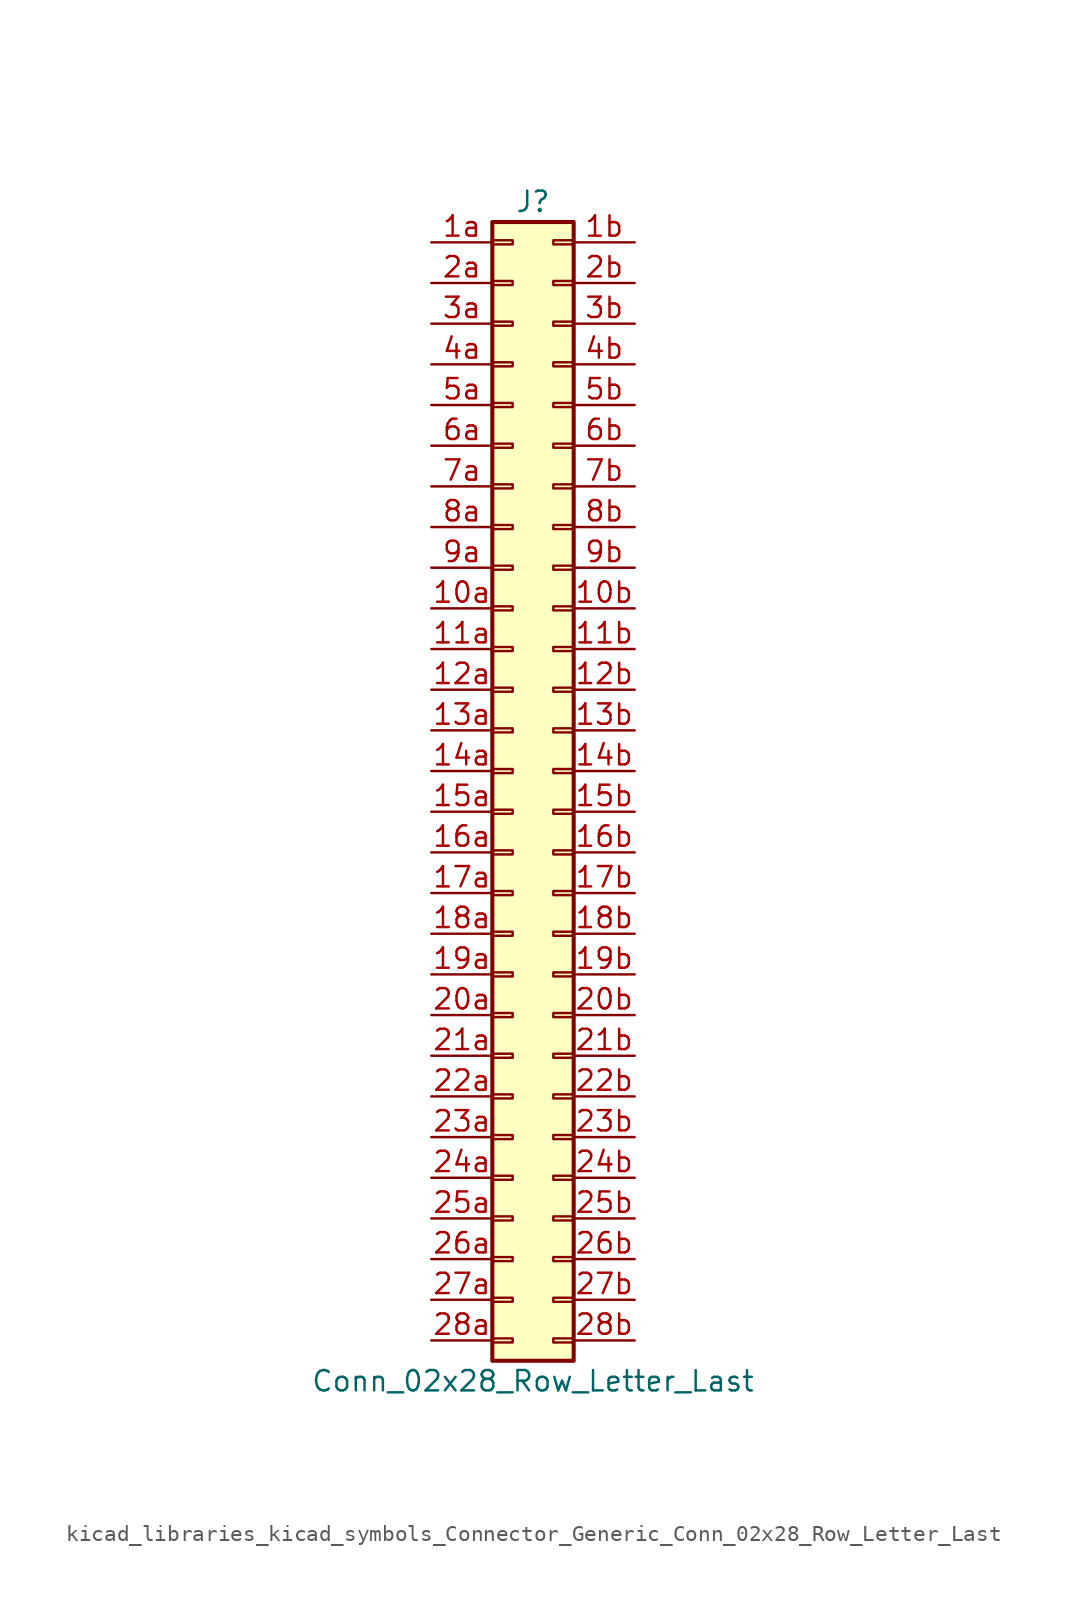
<source format=kicad_sym>
(kicad_symbol_lib
  (version 20220914)
  (generator kicad_symbol_editor)
  (symbol "kicad_libraries_kicad_symbols_Connector_Generic_Conn_02x28_Row_Letter_Last"
    (pin_names
      (offset 1.016) hide)
    (property "Reference" "J"
      (at 1.27 35.56 0)
      (effects (font (size 1.27 1.27))))
    (property "Value" "Conn_02x28_Row_Letter_Last"
      (at 1.27 -38.1 0)
      (effects (font (size 1.27 1.27))))
    (symbol "kicad_libraries_kicad_symbols_Connector_Generic_Conn_02x28_Row_Letter_Last_1_1"
      (rectangle (start -1.27 -35.433) (end 0 -35.687) (stroke (width 0.152) (type default)) (fill (type none)))
      (rectangle (start -1.27 -32.893) (end 0 -33.147) (stroke (width 0.152) (type default)) (fill (type none)))
      (rectangle (start -1.27 -30.353) (end 0 -30.607) (stroke (width 0.152) (type default)) (fill (type none)))
      (rectangle (start -1.27 -27.813) (end 0 -28.067) (stroke (width 0.152) (type default)) (fill (type none)))
      (rectangle (start -1.27 -25.273) (end 0 -25.527) (stroke (width 0.152) (type default)) (fill (type none)))
      (rectangle (start -1.27 -22.733) (end 0 -22.987) (stroke (width 0.152) (type default)) (fill (type none)))
      (rectangle (start -1.27 -20.193) (end 0 -20.447) (stroke (width 0.152) (type default)) (fill (type none)))
      (rectangle (start -1.27 -17.653) (end 0 -17.907) (stroke (width 0.152) (type default)) (fill (type none)))
      (rectangle (start -1.27 -15.113) (end 0 -15.367) (stroke (width 0.152) (type default)) (fill (type none)))
      (rectangle (start -1.27 -12.573) (end 0 -12.827) (stroke (width 0.152) (type default)) (fill (type none)))
      (rectangle (start -1.27 -10.033) (end 0 -10.287) (stroke (width 0.152) (type default)) (fill (type none)))
      (rectangle (start -1.27 -7.493) (end 0 -7.747) (stroke (width 0.152) (type default)) (fill (type none)))
      (rectangle (start -1.27 -4.953) (end 0 -5.207) (stroke (width 0.152) (type default)) (fill (type none)))
      (rectangle (start -1.27 -2.413) (end 0 -2.667) (stroke (width 0.152) (type default)) (fill (type none)))
      (rectangle (start -1.27 0.127) (end 0 -0.127) (stroke (width 0.152) (type default)) (fill (type none)))
      (rectangle (start -1.27 2.667) (end 0 2.413) (stroke (width 0.152) (type default)) (fill (type none)))
      (rectangle (start -1.27 5.207) (end 0 4.953) (stroke (width 0.152) (type default)) (fill (type none)))
      (rectangle (start -1.27 7.747) (end 0 7.493) (stroke (width 0.152) (type default)) (fill (type none)))
      (rectangle (start -1.27 10.287) (end 0 10.033) (stroke (width 0.152) (type default)) (fill (type none)))
      (rectangle (start -1.27 12.827) (end 0 12.573) (stroke (width 0.152) (type default)) (fill (type none)))
      (rectangle (start -1.27 15.367) (end 0 15.113) (stroke (width 0.152) (type default)) (fill (type none)))
      (rectangle (start -1.27 17.907) (end 0 17.653) (stroke (width 0.152) (type default)) (fill (type none)))
      (rectangle (start -1.27 20.447) (end 0 20.193) (stroke (width 0.152) (type default)) (fill (type none)))
      (rectangle (start -1.27 22.987) (end 0 22.733) (stroke (width 0.152) (type default)) (fill (type none)))
      (rectangle (start -1.27 25.527) (end 0 25.273) (stroke (width 0.152) (type default)) (fill (type none)))
      (rectangle (start -1.27 28.067) (end 0 27.813) (stroke (width 0.152) (type default)) (fill (type none)))
      (rectangle (start -1.27 30.607) (end 0 30.353) (stroke (width 0.152) (type default)) (fill (type none)))
      (rectangle (start -1.27 33.147) (end 0 32.893) (stroke (width 0.152) (type default)) (fill (type none)))
      (rectangle (start -1.27 34.29) (end 3.81 -36.83) (stroke (width 0.254) (type default)) (fill (type background)))
      (rectangle (start 3.81 -35.433) (end 2.54 -35.687) (stroke (width 0.152) (type default)) (fill (type none)))
      (rectangle (start 3.81 -32.893) (end 2.54 -33.147) (stroke (width 0.152) (type default)) (fill (type none)))
      (rectangle (start 3.81 -30.353) (end 2.54 -30.607) (stroke (width 0.152) (type default)) (fill (type none)))
      (rectangle (start 3.81 -27.813) (end 2.54 -28.067) (stroke (width 0.152) (type default)) (fill (type none)))
      (rectangle (start 3.81 -25.273) (end 2.54 -25.527) (stroke (width 0.152) (type default)) (fill (type none)))
      (rectangle (start 3.81 -22.733) (end 2.54 -22.987) (stroke (width 0.152) (type default)) (fill (type none)))
      (rectangle (start 3.81 -20.193) (end 2.54 -20.447) (stroke (width 0.152) (type default)) (fill (type none)))
      (rectangle (start 3.81 -17.653) (end 2.54 -17.907) (stroke (width 0.152) (type default)) (fill (type none)))
      (rectangle (start 3.81 -15.113) (end 2.54 -15.367) (stroke (width 0.152) (type default)) (fill (type none)))
      (rectangle (start 3.81 -12.573) (end 2.54 -12.827) (stroke (width 0.152) (type default)) (fill (type none)))
      (rectangle (start 3.81 -10.033) (end 2.54 -10.287) (stroke (width 0.152) (type default)) (fill (type none)))
      (rectangle (start 3.81 -7.493) (end 2.54 -7.747) (stroke (width 0.152) (type default)) (fill (type none)))
      (rectangle (start 3.81 -4.953) (end 2.54 -5.207) (stroke (width 0.152) (type default)) (fill (type none)))
      (rectangle (start 3.81 -2.413) (end 2.54 -2.667) (stroke (width 0.152) (type default)) (fill (type none)))
      (rectangle (start 3.81 0.127) (end 2.54 -0.127) (stroke (width 0.152) (type default)) (fill (type none)))
      (rectangle (start 3.81 2.667) (end 2.54 2.413) (stroke (width 0.152) (type default)) (fill (type none)))
      (rectangle (start 3.81 5.207) (end 2.54 4.953) (stroke (width 0.152) (type default)) (fill (type none)))
      (rectangle (start 3.81 7.747) (end 2.54 7.493) (stroke (width 0.152) (type default)) (fill (type none)))
      (rectangle (start 3.81 10.287) (end 2.54 10.033) (stroke (width 0.152) (type default)) (fill (type none)))
      (rectangle (start 3.81 12.827) (end 2.54 12.573) (stroke (width 0.152) (type default)) (fill (type none)))
      (rectangle (start 3.81 15.367) (end 2.54 15.113) (stroke (width 0.152) (type default)) (fill (type none)))
      (rectangle (start 3.81 17.907) (end 2.54 17.653) (stroke (width 0.152) (type default)) (fill (type none)))
      (rectangle (start 3.81 20.447) (end 2.54 20.193) (stroke (width 0.152) (type default)) (fill (type none)))
      (rectangle (start 3.81 22.987) (end 2.54 22.733) (stroke (width 0.152) (type default)) (fill (type none)))
      (rectangle (start 3.81 25.527) (end 2.54 25.273) (stroke (width 0.152) (type default)) (fill (type none)))
      (rectangle (start 3.81 28.067) (end 2.54 27.813) (stroke (width 0.152) (type default)) (fill (type none)))
      (rectangle (start 3.81 30.607) (end 2.54 30.353) (stroke (width 0.152) (type default)) (fill (type none)))
      (rectangle (start 3.81 33.147) (end 2.54 32.893) (stroke (width 0.152) (type default)) (fill (type none)))
      (pin passive line (at -5.08 10.16 0) (length 3.81) (name "Pin_10a" (effects (font (size 1.27 1.27)))) (number "10a" (effects (font (size 1.27 1.27)))))
      (pin passive line (at 7.62 10.16 180) (length 3.81) (name "Pin_10b" (effects (font (size 1.27 1.27)))) (number "10b" (effects (font (size 1.27 1.27)))))
      (pin passive line (at -5.08 7.62 0) (length 3.81) (name "Pin_11a" (effects (font (size 1.27 1.27)))) (number "11a" (effects (font (size 1.27 1.27)))))
      (pin passive line (at 7.62 7.62 180) (length 3.81) (name "Pin_11b" (effects (font (size 1.27 1.27)))) (number "11b" (effects (font (size 1.27 1.27)))))
      (pin passive line (at -5.08 5.08 0) (length 3.81) (name "Pin_12a" (effects (font (size 1.27 1.27)))) (number "12a" (effects (font (size 1.27 1.27)))))
      (pin passive line (at 7.62 5.08 180) (length 3.81) (name "Pin_12b" (effects (font (size 1.27 1.27)))) (number "12b" (effects (font (size 1.27 1.27)))))
      (pin passive line (at -5.08 2.54 0) (length 3.81) (name "Pin_13a" (effects (font (size 1.27 1.27)))) (number "13a" (effects (font (size 1.27 1.27)))))
      (pin passive line (at 7.62 2.54 180) (length 3.81) (name "Pin_13b" (effects (font (size 1.27 1.27)))) (number "13b" (effects (font (size 1.27 1.27)))))
      (pin passive line (at -5.08 0 0) (length 3.81) (name "Pin_14a" (effects (font (size 1.27 1.27)))) (number "14a" (effects (font (size 1.27 1.27)))))
      (pin passive line (at 7.62 0 180) (length 3.81) (name "Pin_14b" (effects (font (size 1.27 1.27)))) (number "14b" (effects (font (size 1.27 1.27)))))
      (pin passive line (at -5.08 -2.54 0) (length 3.81) (name "Pin_15a" (effects (font (size 1.27 1.27)))) (number "15a" (effects (font (size 1.27 1.27)))))
      (pin passive line (at 7.62 -2.54 180) (length 3.81) (name "Pin_15b" (effects (font (size 1.27 1.27)))) (number "15b" (effects (font (size 1.27 1.27)))))
      (pin passive line (at -5.08 -5.08 0) (length 3.81) (name "Pin_16a" (effects (font (size 1.27 1.27)))) (number "16a" (effects (font (size 1.27 1.27)))))
      (pin passive line (at 7.62 -5.08 180) (length 3.81) (name "Pin_16b" (effects (font (size 1.27 1.27)))) (number "16b" (effects (font (size 1.27 1.27)))))
      (pin passive line (at -5.08 -7.62 0) (length 3.81) (name "Pin_17a" (effects (font (size 1.27 1.27)))) (number "17a" (effects (font (size 1.27 1.27)))))
      (pin passive line (at 7.62 -7.62 180) (length 3.81) (name "Pin_17b" (effects (font (size 1.27 1.27)))) (number "17b" (effects (font (size 1.27 1.27)))))
      (pin passive line (at -5.08 -10.16 0) (length 3.81) (name "Pin_18a" (effects (font (size 1.27 1.27)))) (number "18a" (effects (font (size 1.27 1.27)))))
      (pin passive line (at 7.62 -10.16 180) (length 3.81) (name "Pin_18b" (effects (font (size 1.27 1.27)))) (number "18b" (effects (font (size 1.27 1.27)))))
      (pin passive line (at -5.08 -12.7 0) (length 3.81) (name "Pin_19a" (effects (font (size 1.27 1.27)))) (number "19a" (effects (font (size 1.27 1.27)))))
      (pin passive line (at 7.62 -12.7 180) (length 3.81) (name "Pin_19b" (effects (font (size 1.27 1.27)))) (number "19b" (effects (font (size 1.27 1.27)))))
      (pin passive line (at -5.08 33.02 0) (length 3.81) (name "Pin_1a" (effects (font (size 1.27 1.27)))) (number "1a" (effects (font (size 1.27 1.27)))))
      (pin passive line (at 7.62 33.02 180) (length 3.81) (name "Pin_1b" (effects (font (size 1.27 1.27)))) (number "1b" (effects (font (size 1.27 1.27)))))
      (pin passive line (at -5.08 -15.24 0) (length 3.81) (name "Pin_20a" (effects (font (size 1.27 1.27)))) (number "20a" (effects (font (size 1.27 1.27)))))
      (pin passive line (at 7.62 -15.24 180) (length 3.81) (name "Pin_20b" (effects (font (size 1.27 1.27)))) (number "20b" (effects (font (size 1.27 1.27)))))
      (pin passive line (at -5.08 -17.78 0) (length 3.81) (name "Pin_21a" (effects (font (size 1.27 1.27)))) (number "21a" (effects (font (size 1.27 1.27)))))
      (pin passive line (at 7.62 -17.78 180) (length 3.81) (name "Pin_21b" (effects (font (size 1.27 1.27)))) (number "21b" (effects (font (size 1.27 1.27)))))
      (pin passive line (at -5.08 -20.32 0) (length 3.81) (name "Pin_22a" (effects (font (size 1.27 1.27)))) (number "22a" (effects (font (size 1.27 1.27)))))
      (pin passive line (at 7.62 -20.32 180) (length 3.81) (name "Pin_22b" (effects (font (size 1.27 1.27)))) (number "22b" (effects (font (size 1.27 1.27)))))
      (pin passive line (at -5.08 -22.86 0) (length 3.81) (name "Pin_23a" (effects (font (size 1.27 1.27)))) (number "23a" (effects (font (size 1.27 1.27)))))
      (pin passive line (at 7.62 -22.86 180) (length 3.81) (name "Pin_23b" (effects (font (size 1.27 1.27)))) (number "23b" (effects (font (size 1.27 1.27)))))
      (pin passive line (at -5.08 -25.4 0) (length 3.81) (name "Pin_24a" (effects (font (size 1.27 1.27)))) (number "24a" (effects (font (size 1.27 1.27)))))
      (pin passive line (at 7.62 -25.4 180) (length 3.81) (name "Pin_24b" (effects (font (size 1.27 1.27)))) (number "24b" (effects (font (size 1.27 1.27)))))
      (pin passive line (at -5.08 -27.94 0) (length 3.81) (name "Pin_25a" (effects (font (size 1.27 1.27)))) (number "25a" (effects (font (size 1.27 1.27)))))
      (pin passive line (at 7.62 -27.94 180) (length 3.81) (name "Pin_25b" (effects (font (size 1.27 1.27)))) (number "25b" (effects (font (size 1.27 1.27)))))
      (pin passive line (at -5.08 -30.48 0) (length 3.81) (name "Pin_26a" (effects (font (size 1.27 1.27)))) (number "26a" (effects (font (size 1.27 1.27)))))
      (pin passive line (at 7.62 -30.48 180) (length 3.81) (name "Pin_26b" (effects (font (size 1.27 1.27)))) (number "26b" (effects (font (size 1.27 1.27)))))
      (pin passive line (at -5.08 -33.02 0) (length 3.81) (name "Pin_27a" (effects (font (size 1.27 1.27)))) (number "27a" (effects (font (size 1.27 1.27)))))
      (pin passive line (at 7.62 -33.02 180) (length 3.81) (name "Pin_27b" (effects (font (size 1.27 1.27)))) (number "27b" (effects (font (size 1.27 1.27)))))
      (pin passive line (at -5.08 -35.56 0) (length 3.81) (name "Pin_28a" (effects (font (size 1.27 1.27)))) (number "28a" (effects (font (size 1.27 1.27)))))
      (pin passive line (at 7.62 -35.56 180) (length 3.81) (name "Pin_28b" (effects (font (size 1.27 1.27)))) (number "28b" (effects (font (size 1.27 1.27)))))
      (pin passive line (at -5.08 30.48 0) (length 3.81) (name "Pin_2a" (effects (font (size 1.27 1.27)))) (number "2a" (effects (font (size 1.27 1.27)))))
      (pin passive line (at 7.62 30.48 180) (length 3.81) (name "Pin_2b" (effects (font (size 1.27 1.27)))) (number "2b" (effects (font (size 1.27 1.27)))))
      (pin passive line (at -5.08 27.94 0) (length 3.81) (name "Pin_3a" (effects (font (size 1.27 1.27)))) (number "3a" (effects (font (size 1.27 1.27)))))
      (pin passive line (at 7.62 27.94 180) (length 3.81) (name "Pin_3b" (effects (font (size 1.27 1.27)))) (number "3b" (effects (font (size 1.27 1.27)))))
      (pin passive line (at -5.08 25.4 0) (length 3.81) (name "Pin_4a" (effects (font (size 1.27 1.27)))) (number "4a" (effects (font (size 1.27 1.27)))))
      (pin passive line (at 7.62 25.4 180) (length 3.81) (name "Pin_4b" (effects (font (size 1.27 1.27)))) (number "4b" (effects (font (size 1.27 1.27)))))
      (pin passive line (at -5.08 22.86 0) (length 3.81) (name "Pin_5a" (effects (font (size 1.27 1.27)))) (number "5a" (effects (font (size 1.27 1.27)))))
      (pin passive line (at 7.62 22.86 180) (length 3.81) (name "Pin_5b" (effects (font (size 1.27 1.27)))) (number "5b" (effects (font (size 1.27 1.27)))))
      (pin passive line (at -5.08 20.32 0) (length 3.81) (name "Pin_6a" (effects (font (size 1.27 1.27)))) (number "6a" (effects (font (size 1.27 1.27)))))
      (pin passive line (at 7.62 20.32 180) (length 3.81) (name "Pin_6b" (effects (font (size 1.27 1.27)))) (number "6b" (effects (font (size 1.27 1.27)))))
      (pin passive line (at -5.08 17.78 0) (length 3.81) (name "Pin_7a" (effects (font (size 1.27 1.27)))) (number "7a" (effects (font (size 1.27 1.27)))))
      (pin passive line (at 7.62 17.78 180) (length 3.81) (name "Pin_7b" (effects (font (size 1.27 1.27)))) (number "7b" (effects (font (size 1.27 1.27)))))
      (pin passive line (at -5.08 15.24 0) (length 3.81) (name "Pin_8a" (effects (font (size 1.27 1.27)))) (number "8a" (effects (font (size 1.27 1.27)))))
      (pin passive line (at 7.62 15.24 180) (length 3.81) (name "Pin_8b" (effects (font (size 1.27 1.27)))) (number "8b" (effects (font (size 1.27 1.27)))))
      (pin passive line (at -5.08 12.7 0) (length 3.81) (name "Pin_9a" (effects (font (size 1.27 1.27)))) (number "9a" (effects (font (size 1.27 1.27)))))
      (pin passive line (at 7.62 12.7 180) (length 3.81) (name "Pin_9b" (effects (font (size 1.27 1.27)))) (number "9b" (effects (font (size 1.27 1.27))))))))
</source>
